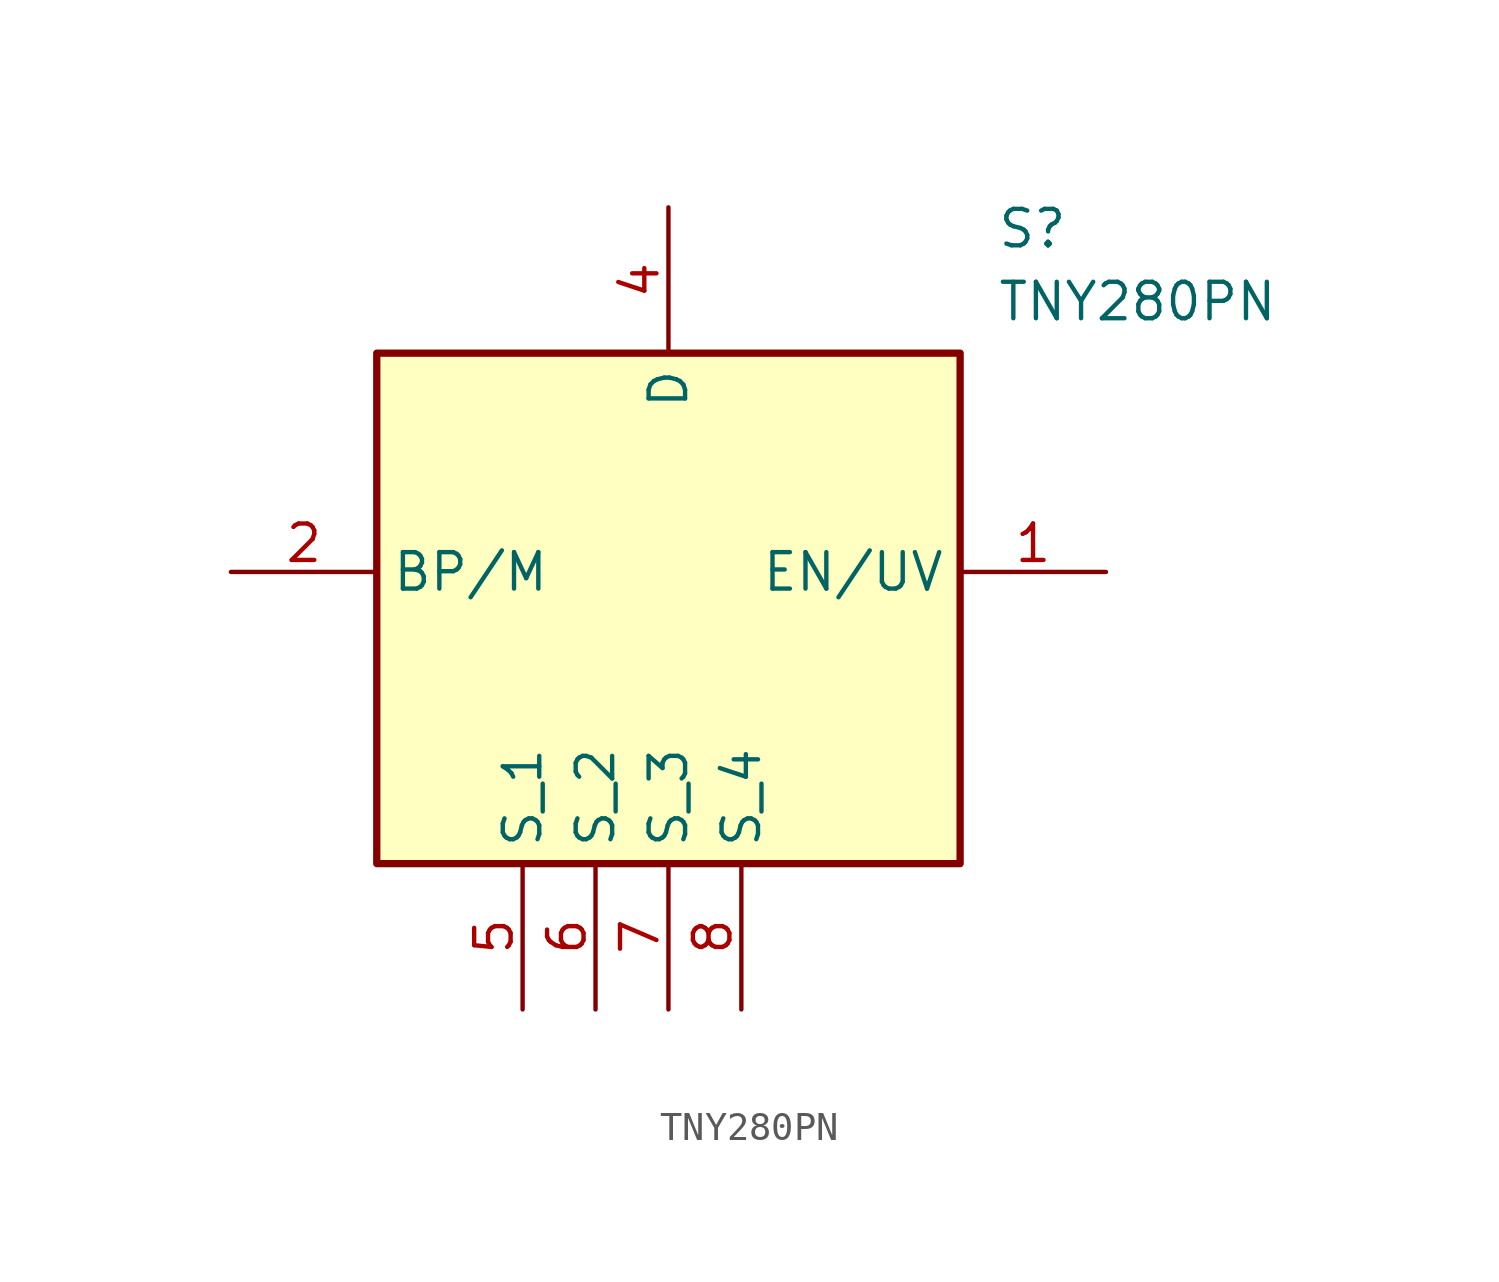
<source format=kicad_sym>
(kicad_symbol_lib
  (version 20211014)
  (generator SamacSys_ECAD_Model)
  (symbol "TNY280PN"
    (property "Reference" "S"
      (at 26.67 12.7 0)
      (effects (font (size 1.27 1.27)) (justify left top)))
    (property "Value" "TNY280PN"
      (at 26.67 10.16 0)
      (effects (font (size 1.27 1.27)) (justify left top)))
    (rectangle
      (start 5.08 7.62)
      (end 25.4 -10.16)
      (stroke (width 0.254) (type default))
      (fill (type background)))
    (pin passive line
      (at 30.48 0 180)
      (length 5.08)
      (name "EN/UV" (effects (font (size 1.27 1.27))))
      (number "1" (effects (font (size 1.27 1.27)))))
    (pin passive line
      (at 0 0 0)
      (length 5.08)
      (name "BP/M" (effects (font (size 1.27 1.27))))
      (number "2" (effects (font (size 1.27 1.27)))))
    (pin passive line
      (at 15.24 12.7 270)
      (length 5.08)
      (name "D" (effects (font (size 1.27 1.27))))
      (number "4" (effects (font (size 1.27 1.27)))))
    (pin passive line
      (at 10.16 -15.24 90)
      (length 5.08)
      (name "S_1" (effects (font (size 1.27 1.27))))
      (number "5" (effects (font (size 1.27 1.27)))))
    (pin passive line
      (at 12.7 -15.24 90)
      (length 5.08)
      (name "S_2" (effects (font (size 1.27 1.27))))
      (number "6" (effects (font (size 1.27 1.27)))))
    (pin passive line
      (at 15.24 -15.24 90)
      (length 5.08)
      (name "S_3" (effects (font (size 1.27 1.27))))
      (number "7" (effects (font (size 1.27 1.27)))))
    (pin passive line
      (at 17.78 -15.24 90)
      (length 5.08)
      (name "S_4" (effects (font (size 1.27 1.27))))
      (number "8" (effects (font (size 1.27 1.27)))))))
</source>
